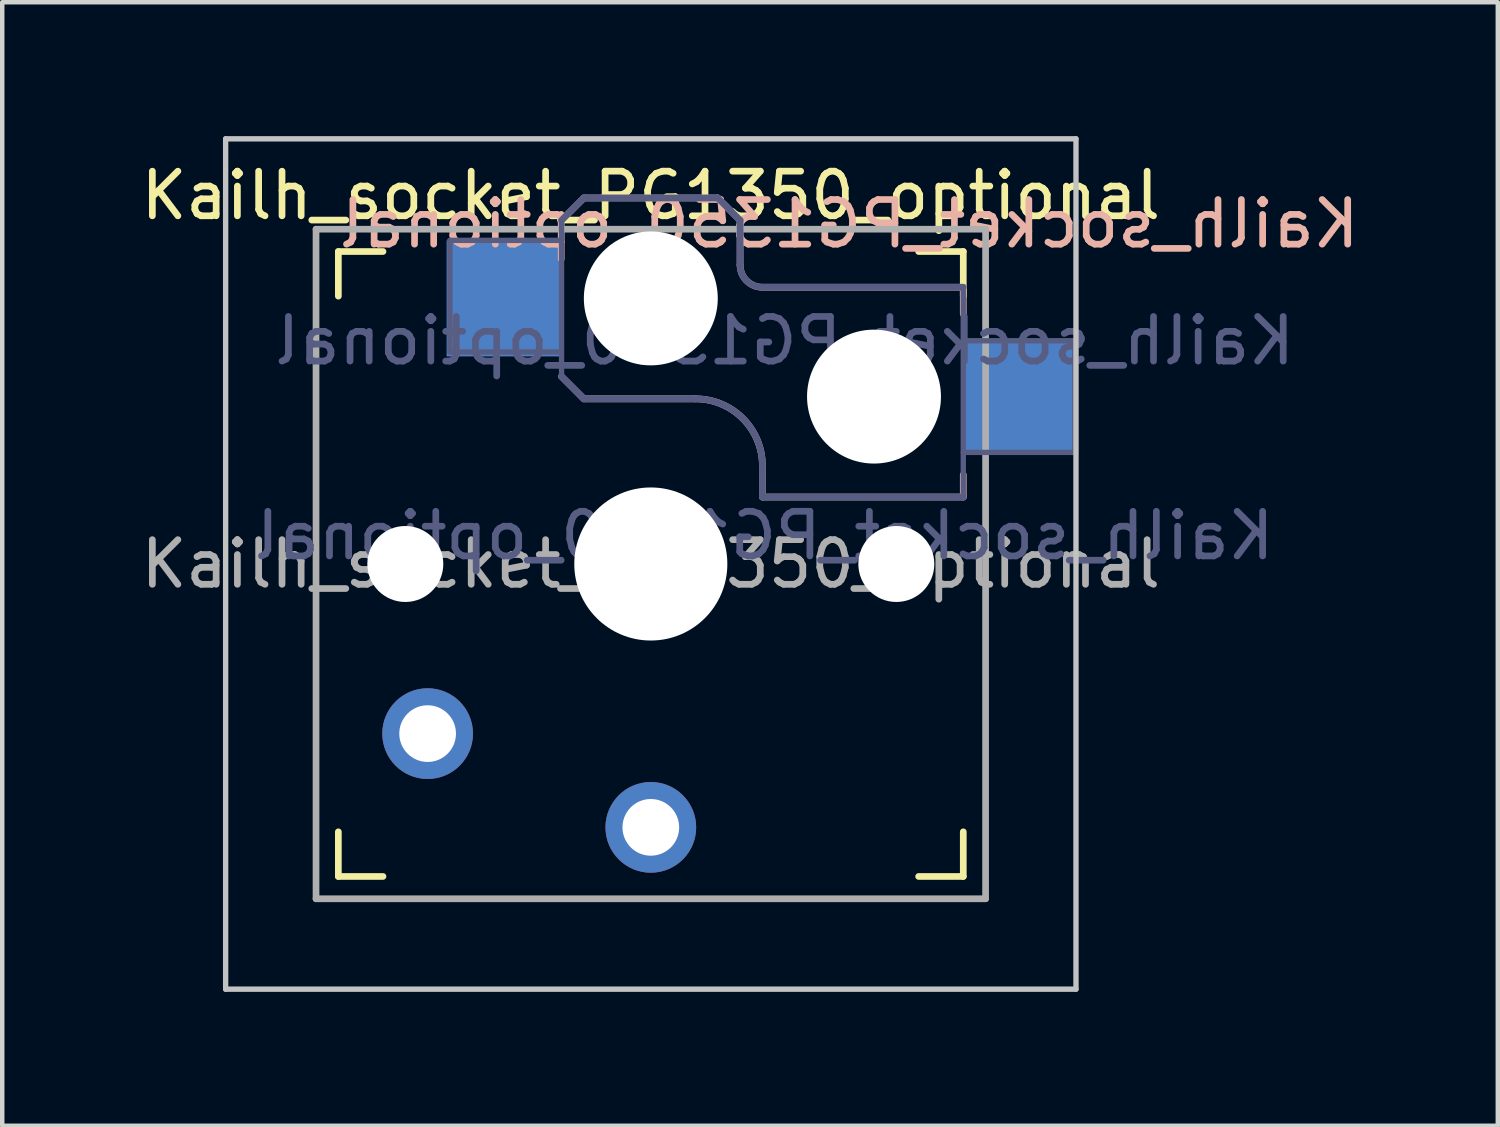
<source format=kicad_pcb>
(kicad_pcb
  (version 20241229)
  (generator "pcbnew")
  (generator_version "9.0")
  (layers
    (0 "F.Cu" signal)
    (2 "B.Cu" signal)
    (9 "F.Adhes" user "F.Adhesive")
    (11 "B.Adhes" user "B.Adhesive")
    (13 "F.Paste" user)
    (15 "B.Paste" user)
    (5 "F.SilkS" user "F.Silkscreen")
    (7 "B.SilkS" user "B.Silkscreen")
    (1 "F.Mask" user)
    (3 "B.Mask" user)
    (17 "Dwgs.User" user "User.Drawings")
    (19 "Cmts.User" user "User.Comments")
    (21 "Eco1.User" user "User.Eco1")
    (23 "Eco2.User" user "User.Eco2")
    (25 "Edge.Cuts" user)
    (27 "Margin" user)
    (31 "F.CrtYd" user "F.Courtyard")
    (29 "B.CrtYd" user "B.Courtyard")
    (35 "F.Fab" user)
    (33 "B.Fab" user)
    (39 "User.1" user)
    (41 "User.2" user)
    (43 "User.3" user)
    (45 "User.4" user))
  (footprint "Kailh_socket_PG1350_optional"
    (layer "F.Cu")
    (at 11.53 9.585)
    (property "Reference" "Kailh_socket_PG1350_optional" (at 0 -8.255 0) (layer "F.SilkS") (effects (font (size 1 1) (thickness 0.15))))
    (property "Value" "Kailh_socket_PG1350_optional" (at 0 8.25 0) (layer "F.Fab") (hide yes) (effects (font (size 1 1) (thickness 0.15))))
    (attr through_hole)
    (fp_line (start -7 -6) (end -7 -7) (stroke (width 0.15) (type solid)) (layer "F.SilkS"))
    (fp_line (start -7 7) (end -7 6) (stroke (width 0.15) (type solid)) (layer "F.SilkS"))
    (fp_line (start -7 7) (end -6 7) (stroke (width 0.15) (type solid)) (layer "F.SilkS"))
    (fp_line (start -6 -7) (end -7 -7) (stroke (width 0.15) (type solid)) (layer "F.SilkS"))
    (fp_line (start 6 7) (end 7 7) (stroke (width 0.15) (type solid)) (layer "F.SilkS"))
    (fp_line (start 7 -7) (end 6 -7) (stroke (width 0.15) (type solid)) (layer "F.SilkS"))
    (fp_line (start 7 -7) (end 7 -6) (stroke (width 0.15) (type solid)) (layer "F.SilkS"))
    (fp_line (start 7 6) (end 7 7) (stroke (width 0.15) (type solid)) (layer "F.SilkS"))
    (fp_line (start -2 -7.7) (end -1.5 -8.2) (stroke (width 0.15) (type solid)) (layer "B.SilkS"))
    (fp_line (start -2 -4.2) (end -1.5 -3.7) (stroke (width 0.15) (type solid)) (layer "B.SilkS"))
    (fp_line (start -1.5 -8.2) (end 1.5 -8.2) (stroke (width 0.15) (type solid)) (layer "B.SilkS"))
    (fp_line (start -1.5 -3.7) (end 1 -3.7) (stroke (width 0.15) (type solid)) (layer "B.SilkS"))
    (fp_line (start 1.5 -8.2) (end 2 -7.7) (stroke (width 0.15) (type solid)) (layer "B.SilkS"))
    (fp_line (start 2 -6.7) (end 2 -7.7) (stroke (width 0.15) (type solid)) (layer "B.SilkS"))
    (fp_line (start 2.5 -2.2) (end 2.5 -1.5) (stroke (width 0.15) (type solid)) (layer "B.SilkS"))
    (fp_line (start 2.5 -1.5) (end 7 -1.5) (stroke (width 0.15) (type solid)) (layer "B.SilkS"))
    (fp_line (start 7 -6.2) (end 2.5 -6.2) (stroke (width 0.15) (type solid)) (layer "B.SilkS"))
    (fp_line (start 7 -5.6) (end 7 -6.2) (stroke (width 0.15) (type solid)) (layer "B.SilkS"))
    (fp_line (start 7 -1.5) (end 7 -2) (stroke (width 0.15) (type solid)) (layer "B.SilkS"))
    (fp_arc (start 1 -3.7) (mid 2.06066 -3.26066) (end 2.5 -2.2) (stroke (width 0.15) (type solid)) (layer "B.SilkS"))
    (fp_arc (start 2.5 -6.2) (mid 2.146447 -6.346447) (end 2 -6.7) (stroke (width 0.15) (type solid)) (layer "B.SilkS"))
    (fp_line (start -9.525 -9.525) (end 9.525 -9.525) (stroke (width 0.12) (type solid)) (layer "Dwgs.User"))
    (fp_line (start -9.525 9.525) (end -9.525 -9.525) (stroke (width 0.12) (type solid)) (layer "Dwgs.User"))
    (fp_line (start 9.525 -9.525) (end 9.525 9.525) (stroke (width 0.12) (type solid)) (layer "Dwgs.User"))
    (fp_line (start 9.525 9.525) (end -9.525 9.525) (stroke (width 0.12) (type solid)) (layer "Dwgs.User"))
    (fp_line (start -6.9 6.9) (end -6.9 -6.9) (stroke (width 0.15) (type solid)) (layer "Eco2.User"))
    (fp_line (start -6.9 6.9) (end 6.9 6.9) (stroke (width 0.15) (type solid)) (layer "Eco2.User"))
    (fp_line (start -2.6 -3.1) (end -2.6 -6.3) (stroke (width 0.15) (type solid)) (layer "Eco2.User"))
    (fp_line (start -2.6 -3.1) (end 2.6 -3.1) (stroke (width 0.15) (type solid)) (layer "Eco2.User"))
    (fp_line (start 2.6 -6.3) (end -2.6 -6.3) (stroke (width 0.15) (type solid)) (layer "Eco2.User"))
    (fp_line (start 2.6 -3.1) (end 2.6 -6.3) (stroke (width 0.15) (type solid)) (layer "Eco2.User"))
    (fp_line (start 6.9 -6.9) (end -6.9 -6.9) (stroke (width 0.15) (type solid)) (layer "Eco2.User"))
    (fp_line (start 6.9 -6.9) (end 6.9 6.9) (stroke (width 0.15) (type solid)) (layer "Eco2.User"))
    (fp_line (start -4.5 -7.25) (end -2 -7.25) (stroke (width 0.12) (type solid)) (layer "B.Fab"))
    (fp_line (start -4.5 -4.75) (end -4.5 -7.25) (stroke (width 0.12) (type solid)) (layer "B.Fab"))
    (fp_line (start -2 -7.7) (end -1.5 -8.2) (stroke (width 0.15) (type solid)) (layer "B.Fab"))
    (fp_line (start -2 -4.75) (end -4.5 -4.75) (stroke (width 0.12) (type solid)) (layer "B.Fab"))
    (fp_line (start -2 -4.25) (end -2 -7.7) (stroke (width 0.12) (type solid)) (layer "B.Fab"))
    (fp_line (start -2 -4.2) (end -1.5 -3.7) (stroke (width 0.15) (type solid)) (layer "B.Fab"))
    (fp_line (start -1.5 -8.2) (end 1.5 -8.2) (stroke (width 0.15) (type solid)) (layer "B.Fab"))
    (fp_line (start -1.5 -3.7) (end 1 -3.7) (stroke (width 0.15) (type solid)) (layer "B.Fab"))
    (fp_line (start 1.5 -8.2) (end 2 -7.7) (stroke (width 0.15) (type solid)) (layer "B.Fab"))
    (fp_line (start 2 -6.7) (end 2 -7.7) (stroke (width 0.15) (type solid)) (layer "B.Fab"))
    (fp_line (start 2.5 -2.2) (end 2.5 -1.5) (stroke (width 0.15) (type solid)) (layer "B.Fab"))
    (fp_line (start 2.5 -1.5) (end 7 -1.5) (stroke (width 0.15) (type solid)) (layer "B.Fab"))
    (fp_line (start 7 -6.2) (end 2.5 -6.2) (stroke (width 0.15) (type solid)) (layer "B.Fab"))
    (fp_line (start 7 -5) (end 9.5 -5) (stroke (width 0.12) (type solid)) (layer "B.Fab"))
    (fp_line (start 7 -1.5) (end 7 -6.2) (stroke (width 0.12) (type solid)) (layer "B.Fab"))
    (fp_line (start 9.5 -5) (end 9.5 -2.5) (stroke (width 0.12) (type solid)) (layer "B.Fab"))
    (fp_line (start 9.5 -2.5) (end 7 -2.5) (stroke (width 0.12) (type solid)) (layer "B.Fab"))
    (fp_arc (start 1 -3.7) (mid 2.06066 -3.26066) (end 2.5 -2.2) (stroke (width 0.15) (type solid)) (layer "B.Fab"))
    (fp_arc (start 2.5 -6.2) (mid 2.146447 -6.346447) (end 2 -6.7) (stroke (width 0.15) (type solid)) (layer "B.Fab"))
    (fp_line (start -7.5 -7.5) (end 7.5 -7.5) (stroke (width 0.15) (type solid)) (layer "F.Fab"))
    (fp_line (start -7.5 7.5) (end -7.5 -7.5) (stroke (width 0.15) (type solid)) (layer "F.Fab"))
    (fp_line (start 7.5 -7.5) (end 7.5 7.5) (stroke (width 0.15) (type solid)) (layer "F.Fab"))
    (fp_line (start 7.5 7.5) (end -7.5 7.5) (stroke (width 0.15) (type solid)) (layer "F.Fab"))
    (fp_text user "${REFERENCE}" (at 4.445 -7.62 0) (layer "B.SilkS") (effects (font (size 1 1) (thickness 0.15)) (justify mirror)))
    (fp_text user "${REFERENCE}" (at 3 -5 180) (layer "B.Fab") (effects (font (size 1 1) (thickness 0.15)) (justify mirror)))
    (fp_text user "${VALUE}" (at 2.54 -0.635 0) (layer "B.Fab") (effects (font (size 1 1) (thickness 0.15)) (justify mirror)))
    (fp_text user "${REFERENCE}" (at 0 0 0) (layer "F.Fab") (effects (font (size 1 1) (thickness 0.15))))
    (pad "" np_thru_hole circle (at -5.5 0) (size 1.702 1.702) (drill 1.702) (layers "*.Cu" "*.Mask"))
    (pad "" np_thru_hole circle (at 0 -5.95) (size 3 3) (drill 3) (layers "*.Cu" "*.Mask"))
    (pad "" np_thru_hole circle (at 0 0) (size 3.429 3.429) (drill 3.429) (layers "*.Cu" "*.Mask"))
    (pad "" np_thru_hole circle (at 5 -3.75) (size 3 3) (drill 3) (layers "*.Cu" "*.Mask"))
    (pad "" np_thru_hole circle (at 5.5 0) (size 1.702 1.702) (drill 1.702) (layers "*.Cu" "*.Mask"))
    (pad "1" smd rect (at -3.275 -5.95) (size 2.6 2.6) (layers "B.Cu" "B.Mask" "B.Paste"))
    (pad "1" thru_hole circle (at 0 5.9) (size 2.032 2.032) (drill 1.27) (layers "*.Cu" "*.Mask"))
    (pad "2" thru_hole circle (at -5 3.8) (size 2.032 2.032) (drill 1.27) (layers "*.Cu" "*.Mask"))
    (pad "2" smd rect (at 8.275 -3.75) (size 2.6 2.6) (layers "B.Cu" "B.Mask" "B.Paste")))
  (gr_rect
    (start -3 -3)
    (end 30.505 22.17)
    (stroke (width 0.1) (type default))
    (fill no)
    (layer "Edge.Cuts")))
</source>
